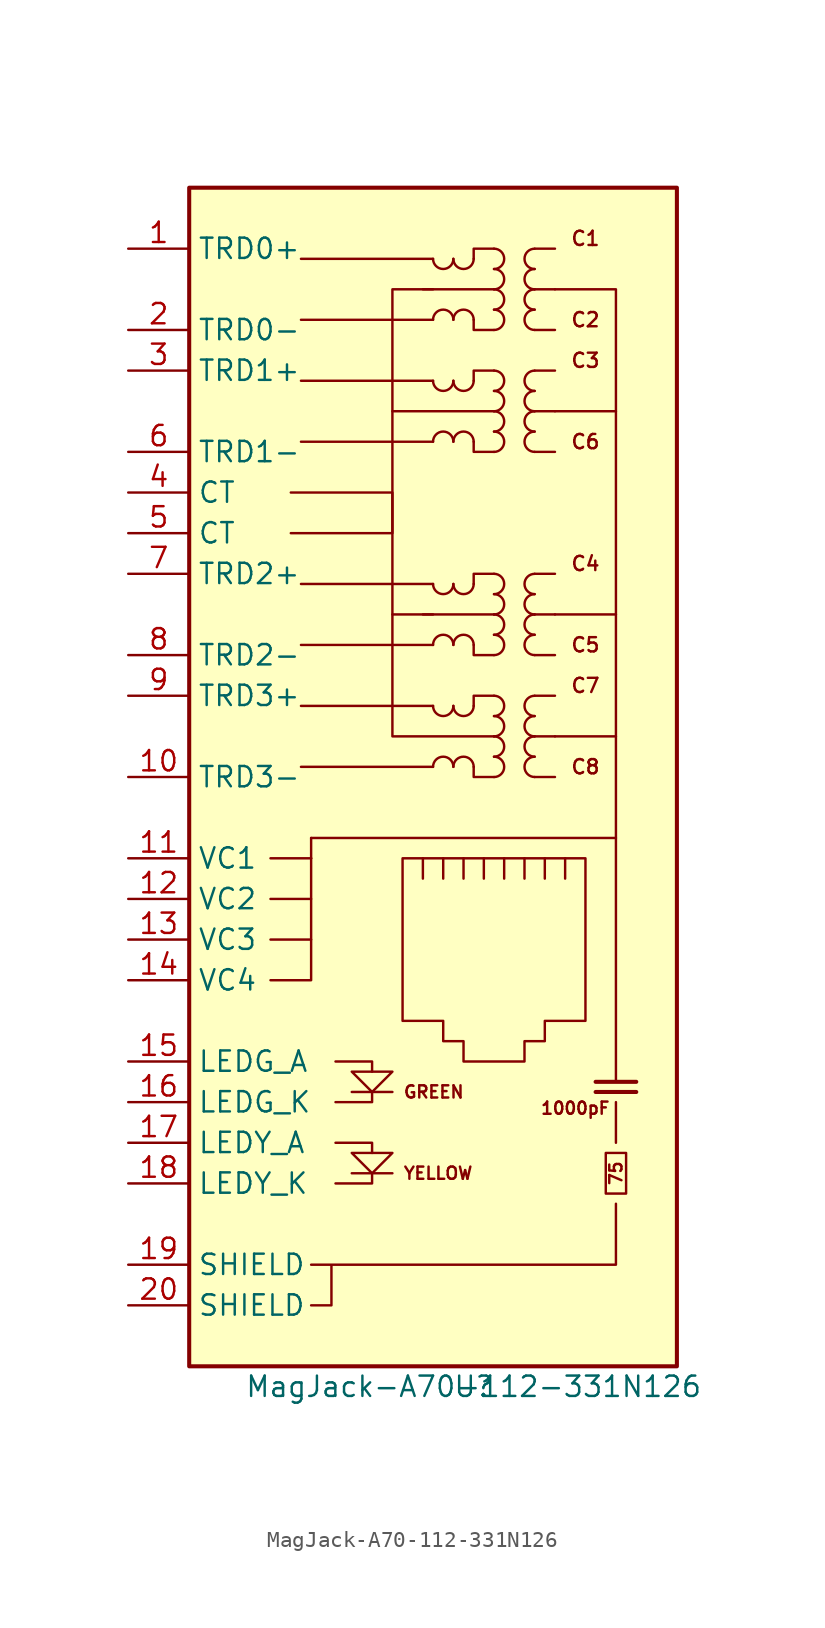
<source format=kicad_sym>
(kicad_symbol_lib
  (version 20201005)
  (generator kicad_symbol_editor)
  (symbol "RPi_CM4IO:MagJack-A70-112-331N126"
    (property "Reference" "U"
      (at 0 0 0)
      (effects (font (size 1.27 1.27))))
    (property "Value" "MagJack-A70-112-331N126"
      (at 0 0 0)
      (effects (font (size 1.27 1.27))))
    (symbol "MagJack-A70-112-331N126_0_1"
      (polyline (pts (xy 1.27 40.64) (xy -5.08 40.64) (xy -5.08 48.26) (xy -2.54 48.26) (xy -5.08 48.26)) (stroke (width 0)) (fill (type none)))
      (polyline (pts (xy 1.27 60.96) (xy -5.08 60.96) (xy -5.08 68.58) (xy -2.54 68.58) (xy -5.08 68.58)) (stroke (width 0)) (fill (type none))))
    (symbol "MagJack-A70-112-331N126_1_1"
      (arc (start -1.27 38.735) (end -2.54 38.735) (radius (at -1.905 38.735) (length 0.635) (angles 0.1 179.9)) (stroke (width 0)) (fill (type none)))
      (arc (start -2.54 42.545) (end -1.27 42.545) (radius (at -1.905 42.545) (length 0.635) (angles -179.9 -0.1)) (stroke (width 0)) (fill (type none)))
      (arc (start -1.27 46.355) (end -2.54 46.355) (radius (at -1.905 46.355) (length 0.635) (angles 0.1 179.9)) (stroke (width 0)) (fill (type none)))
      (arc (start -2.54 50.165) (end -1.27 50.165) (radius (at -1.905 50.165) (length 0.635) (angles -179.9 -0.1)) (stroke (width 0)) (fill (type none)))
      (arc (start -1.27 59.055) (end -2.54 59.055) (radius (at -1.905 59.055) (length 0.635) (angles 0.1 179.9)) (stroke (width 0)) (fill (type none)))
      (arc (start -2.54 62.865) (end -1.27 62.865) (radius (at -1.905 62.865) (length 0.635) (angles -179.9 -0.1)) (stroke (width 0)) (fill (type none)))
      (arc (start -1.27 66.675) (end -2.54 66.675) (radius (at -1.905 66.675) (length 0.635) (angles 0.1 179.9)) (stroke (width 0)) (fill (type none)))
      (arc (start -2.54 70.485) (end -1.27 70.485) (radius (at -1.905 70.485) (length 0.635) (angles -179.9 -0.1)) (stroke (width 0)) (fill (type none)))
      (arc (start 0 38.735) (end -1.27 38.735) (radius (at -0.635 38.735) (length 0.635) (angles 0.1 179.9)) (stroke (width 0)) (fill (type none)))
      (arc (start -1.27 42.545) (end 0 42.545) (radius (at -0.635 42.545) (length 0.635) (angles -179.9 -0.1)) (stroke (width 0)) (fill (type none)))
      (arc (start 0 46.355) (end -1.27 46.355) (radius (at -0.635 46.355) (length 0.635) (angles 0.1 179.9)) (stroke (width 0)) (fill (type none)))
      (arc (start -1.27 50.165) (end 0 50.165) (radius (at -0.635 50.165) (length 0.635) (angles -179.9 -0.1)) (stroke (width 0)) (fill (type none)))
      (arc (start 0 59.055) (end -1.27 59.055) (radius (at -0.635 59.055) (length 0.635) (angles 0.1 179.9)) (stroke (width 0)) (fill (type none)))
      (arc (start -1.27 62.865) (end 0 62.865) (radius (at -0.635 62.865) (length 0.635) (angles -179.9 -0.1)) (stroke (width 0)) (fill (type none)))
      (arc (start 0 66.675) (end -1.27 66.675) (radius (at -0.635 66.675) (length 0.635) (angles 0.1 179.9)) (stroke (width 0)) (fill (type none)))
      (arc (start -1.27 70.485) (end 0 70.485) (radius (at -0.635 70.485) (length 0.635) (angles -179.9 -0.1)) (stroke (width 0)) (fill (type none)))
      (arc (start 1.27 38.1) (end 1.27 39.37) (radius (at 1.27 38.735) (length 0.635) (angles -89.9 89.9)) (stroke (width 0)) (fill (type none)))
      (arc (start 1.27 39.37) (end 1.27 40.64) (radius (at 1.27 40.005) (length 0.635) (angles -89.9 89.9)) (stroke (width 0)) (fill (type none)))
      (arc (start 1.27 40.64) (end 1.27 41.91) (radius (at 1.27 41.275) (length 0.635) (angles -89.9 89.9)) (stroke (width 0)) (fill (type none)))
      (arc (start 1.27 41.91) (end 1.27 43.18) (radius (at 1.27 42.545) (length 0.635) (angles -89.9 89.9)) (stroke (width 0)) (fill (type none)))
      (arc (start 1.27 45.72) (end 1.27 46.99) (radius (at 1.27 46.355) (length 0.635) (angles -89.9 89.9)) (stroke (width 0)) (fill (type none)))
      (arc (start 1.27 46.99) (end 1.27 48.26) (radius (at 1.27 47.625) (length 0.635) (angles -89.9 89.9)) (stroke (width 0)) (fill (type none)))
      (arc (start 1.27 48.26) (end 1.27 49.53) (radius (at 1.27 48.895) (length 0.635) (angles -89.9 89.9)) (stroke (width 0)) (fill (type none)))
      (arc (start 1.27 49.53) (end 1.27 50.8) (radius (at 1.27 50.165) (length 0.635) (angles -89.9 89.9)) (stroke (width 0)) (fill (type none)))
      (arc (start 1.27 58.42) (end 1.27 59.69) (radius (at 1.27 59.055) (length 0.635) (angles -89.9 89.9)) (stroke (width 0)) (fill (type none)))
      (arc (start 1.27 59.69) (end 1.27 60.96) (radius (at 1.27 60.325) (length 0.635) (angles -89.9 89.9)) (stroke (width 0)) (fill (type none)))
      (arc (start 1.27 60.96) (end 1.27 62.23) (radius (at 1.27 61.595) (length 0.635) (angles -89.9 89.9)) (stroke (width 0)) (fill (type none)))
      (arc (start 1.27 62.23) (end 1.27 63.5) (radius (at 1.27 62.865) (length 0.635) (angles -89.9 89.9)) (stroke (width 0)) (fill (type none)))
      (arc (start 1.27 66.04) (end 1.27 67.31) (radius (at 1.27 66.675) (length 0.635) (angles -89.9 89.9)) (stroke (width 0)) (fill (type none)))
      (arc (start 1.27 67.31) (end 1.27 68.58) (radius (at 1.27 67.945) (length 0.635) (angles -89.9 89.9)) (stroke (width 0)) (fill (type none)))
      (arc (start 1.27 68.58) (end 1.27 69.85) (radius (at 1.27 69.215) (length 0.635) (angles -89.9 89.9)) (stroke (width 0)) (fill (type none)))
      (arc (start 1.27 69.85) (end 1.27 71.12) (radius (at 1.27 70.485) (length 0.635) (angles -89.9 89.9)) (stroke (width 0)) (fill (type none)))
      (arc (start 3.81 39.37) (end 3.81 38.1) (radius (at 3.81 38.735) (length 0.635) (angles 90.1 -90.1)) (stroke (width 0)) (fill (type none)))
      (arc (start 3.81 40.64) (end 3.81 39.37) (radius (at 3.81 40.005) (length 0.635) (angles 90.1 -90.1)) (stroke (width 0)) (fill (type none)))
      (arc (start 3.81 41.91) (end 3.81 40.64) (radius (at 3.81 41.275) (length 0.635) (angles 90.1 -90.1)) (stroke (width 0)) (fill (type none)))
      (arc (start 3.81 43.18) (end 3.81 41.91) (radius (at 3.81 42.545) (length 0.635) (angles 90.1 -90.1)) (stroke (width 0)) (fill (type none)))
      (arc (start 3.81 46.99) (end 3.81 45.72) (radius (at 3.81 46.355) (length 0.635) (angles 90.1 -90.1)) (stroke (width 0)) (fill (type none)))
      (arc (start 3.81 48.26) (end 3.81 46.99) (radius (at 3.81 47.625) (length 0.635) (angles 90.1 -90.1)) (stroke (width 0)) (fill (type none)))
      (arc (start 3.81 49.53) (end 3.81 48.26) (radius (at 3.81 48.895) (length 0.635) (angles 90.1 -90.1)) (stroke (width 0)) (fill (type none)))
      (arc (start 3.81 50.8) (end 3.81 49.53) (radius (at 3.81 50.165) (length 0.635) (angles 90.1 -90.1)) (stroke (width 0)) (fill (type none)))
      (arc (start 3.81 59.69) (end 3.81 58.42) (radius (at 3.81 59.055) (length 0.635) (angles 90.1 -90.1)) (stroke (width 0)) (fill (type none)))
      (arc (start 3.81 60.96) (end 3.81 59.69) (radius (at 3.81 60.325) (length 0.635) (angles 90.1 -90.1)) (stroke (width 0)) (fill (type none)))
      (arc (start 3.81 62.23) (end 3.81 60.96) (radius (at 3.81 61.595) (length 0.635) (angles 90.1 -90.1)) (stroke (width 0)) (fill (type none)))
      (arc (start 3.81 63.5) (end 3.81 62.23) (radius (at 3.81 62.865) (length 0.635) (angles 90.1 -90.1)) (stroke (width 0)) (fill (type none)))
      (arc (start 3.81 67.31) (end 3.81 66.04) (radius (at 3.81 66.675) (length 0.635) (angles 90.1 -90.1)) (stroke (width 0)) (fill (type none)))
      (arc (start 3.81 68.58) (end 3.81 67.31) (radius (at 3.81 67.945) (length 0.635) (angles 90.1 -90.1)) (stroke (width 0)) (fill (type none)))
      (arc (start 3.81 69.85) (end 3.81 68.58) (radius (at 3.81 69.215) (length 0.635) (angles 90.1 -90.1)) (stroke (width 0)) (fill (type none)))
      (arc (start 3.81 71.12) (end 3.81 69.85) (radius (at 3.81 70.485) (length 0.635) (angles 90.1 -90.1)) (stroke (width 0)) (fill (type none)))
      (text "1000pF" (at 6.35 17.399 0) (effects (font (size 0.762 0.762))))
      (text "75" (at 8.89 13.335 900) (effects (font (size 0.762 0.762))))
      (text "C1" (at 6.985 71.755 0) (effects (font (size 0.889 0.889))))
      (text "C2" (at 6.985 66.675 0) (effects (font (size 0.889 0.889))))
      (text "C3" (at 6.985 64.135 0) (effects (font (size 0.889 0.889))))
      (text "C4" (at 6.985 51.435 0) (effects (font (size 0.889 0.889))))
      (text "C5" (at 6.985 46.355 0) (effects (font (size 0.889 0.889))))
      (text "C6" (at 6.985 59.055 0) (effects (font (size 0.889 0.889))))
      (text "C7" (at 6.985 43.815 0) (effects (font (size 0.889 0.889))))
      (text "C8" (at 6.985 38.735 0) (effects (font (size 0.889 0.889))))
      (text "GREEN" (at -4.445 18.415 0) (effects (font (size 0.762 0.762)) (justify left)))
      (text "YELLOW" (at -4.445 13.335 0) (effects (font (size 0.762 0.762)) (justify left)))
      (rectangle (start 9.525 12.065) (end 8.255 14.605) (stroke (width 0)) (fill (type none)))
      (rectangle (start -17.78 1.27) (end 12.7 74.93) (stroke (width 0.254)) (fill (type background)))
      (polyline (pts (xy -12.7 27.94) (xy -10.16 27.94)) (stroke (width 0)) (fill (type none)))
      (polyline (pts (xy -12.7 30.48) (xy -10.16 30.48)) (stroke (width 0)) (fill (type none)))
      (polyline (pts (xy -12.7 33.02) (xy -10.16 33.02)) (stroke (width 0)) (fill (type none)))
      (polyline (pts (xy -10.16 33.02) (xy -10.16 34.29)) (stroke (width 0)) (fill (type none)))
      (polyline (pts (xy -5.08 13.335) (xy -7.62 13.335)) (stroke (width 0)) (fill (type none)))
      (polyline (pts (xy -5.08 18.415) (xy -7.62 18.415)) (stroke (width 0)) (fill (type none)))
      (polyline (pts (xy -5.08 48.26) (xy -5.08 60.96)) (stroke (width 0)) (fill (type none)))
      (polyline (pts (xy -3.175 31.75) (xy -3.175 33.02)) (stroke (width 0)) (fill (type none)))
      (polyline (pts (xy -3.175 48.26) (xy 1.27 48.26)) (stroke (width 0)) (fill (type none)))
      (polyline (pts (xy -3.175 68.58) (xy 1.27 68.58)) (stroke (width 0)) (fill (type none)))
      (polyline (pts (xy -2.54 38.735) (xy -10.795 38.735)) (stroke (width 0)) (fill (type none)))
      (polyline (pts (xy -2.54 42.545) (xy -10.795 42.545)) (stroke (width 0)) (fill (type none)))
      (polyline (pts (xy -2.54 46.355) (xy -10.795 46.355)) (stroke (width 0)) (fill (type none)))
      (polyline (pts (xy -2.54 50.165) (xy -10.795 50.165)) (stroke (width 0)) (fill (type none)))
      (polyline (pts (xy -2.54 59.055) (xy -10.795 59.055)) (stroke (width 0)) (fill (type none)))
      (polyline (pts (xy -2.54 62.865) (xy -10.795 62.865)) (stroke (width 0)) (fill (type none)))
      (polyline (pts (xy -2.54 66.675) (xy -10.795 66.675)) (stroke (width 0)) (fill (type none)))
      (polyline (pts (xy -2.54 70.485) (xy -10.795 70.485)) (stroke (width 0)) (fill (type none)))
      (polyline (pts (xy -1.905 33.02) (xy -1.905 31.75)) (stroke (width 0)) (fill (type none)))
      (polyline (pts (xy -0.635 33.02) (xy -0.635 31.75)) (stroke (width 0)) (fill (type none)))
      (polyline (pts (xy 0.635 33.02) (xy 0.635 31.75)) (stroke (width 0)) (fill (type none)))
      (polyline (pts (xy 1.905 33.02) (xy 1.905 31.75)) (stroke (width 0)) (fill (type none)))
      (polyline (pts (xy 3.175 33.02) (xy 3.175 31.75)) (stroke (width 0)) (fill (type none)))
      (polyline (pts (xy 3.81 38.1) (xy 5.08 38.1)) (stroke (width 0)) (fill (type none)))
      (polyline (pts (xy 3.81 40.64) (xy 5.08 40.64)) (stroke (width 0)) (fill (type none)))
      (polyline (pts (xy 3.81 43.18) (xy 5.08 43.18)) (stroke (width 0)) (fill (type none)))
      (polyline (pts (xy 3.81 45.72) (xy 5.08 45.72)) (stroke (width 0)) (fill (type none)))
      (polyline (pts (xy 3.81 48.26) (xy 5.08 48.26)) (stroke (width 0)) (fill (type none)))
      (polyline (pts (xy 3.81 50.8) (xy 5.08 50.8)) (stroke (width 0)) (fill (type none)))
      (polyline (pts (xy 3.81 58.42) (xy 5.08 58.42)) (stroke (width 0)) (fill (type none)))
      (polyline (pts (xy 3.81 60.96) (xy 5.08 60.96)) (stroke (width 0)) (fill (type none)))
      (polyline (pts (xy 3.81 63.5) (xy 5.08 63.5)) (stroke (width 0)) (fill (type none)))
      (polyline (pts (xy 3.81 66.04) (xy 5.08 66.04)) (stroke (width 0)) (fill (type none)))
      (polyline (pts (xy 3.81 68.58) (xy 5.08 68.58)) (stroke (width 0)) (fill (type none)))
      (polyline (pts (xy 3.81 71.12) (xy 5.08 71.12)) (stroke (width 0)) (fill (type none)))
      (polyline (pts (xy 4.445 31.75) (xy 4.445 33.02)) (stroke (width 0)) (fill (type none)))
      (polyline (pts (xy 5.08 40.64) (xy 8.89 40.64)) (stroke (width 0)) (fill (type none)))
      (polyline (pts (xy 5.08 48.26) (xy 8.89 48.26)) (stroke (width 0)) (fill (type none)))
      (polyline (pts (xy 5.08 60.96) (xy 8.89 60.96)) (stroke (width 0)) (fill (type none)))
      (polyline (pts (xy 5.715 31.75) (xy 5.715 33.02)) (stroke (width 0)) (fill (type none)))
      (polyline (pts (xy 7.62 18.415) (xy 10.16 18.415)) (stroke (width 0.254)) (fill (type none)))
      (polyline (pts (xy 7.62 19.05) (xy 10.16 19.05)) (stroke (width 0.254)) (fill (type none)))
      (polyline (pts (xy 8.89 15.24) (xy 8.89 17.78)) (stroke (width 0)) (fill (type none)))
      (polyline (pts (xy 8.89 19.05) (xy 8.89 34.29)) (stroke (width 0)) (fill (type none)))
      (polyline (pts (xy -10.16 33.02) (xy -10.16 25.4) (xy -12.7 25.4)) (stroke (width 0)) (fill (type none)))
      (polyline (pts (xy -8.636 12.7) (xy -6.35 12.7) (xy -6.35 13.335)) (stroke (width 0)) (fill (type none)))
      (polyline (pts (xy -8.636 15.24) (xy -6.35 15.24) (xy -6.35 14.605)) (stroke (width 0)) (fill (type none)))
      (polyline (pts (xy -8.636 20.32) (xy -6.35 20.32) (xy -6.35 19.685)) (stroke (width 0)) (fill (type none)))
      (polyline (pts (xy -6.35 18.415) (xy -6.35 17.78) (xy -8.636 17.78)) (stroke (width 0)) (fill (type none)))
      (polyline (pts (xy 0 38.735) (xy 0 38.1) (xy 1.27 38.1)) (stroke (width 0)) (fill (type none)))
      (polyline (pts (xy 0 46.355) (xy 0 45.72) (xy 1.27 45.72)) (stroke (width 0)) (fill (type none)))
      (polyline (pts (xy 0 59.055) (xy 0 58.42) (xy 1.27 58.42)) (stroke (width 0)) (fill (type none)))
      (polyline (pts (xy 0 66.675) (xy 0 66.04) (xy 1.27 66.04)) (stroke (width 0)) (fill (type none)))
      (polyline (pts (xy 1.27 43.18) (xy 0 43.18) (xy 0 42.545)) (stroke (width 0)) (fill (type none)))
      (polyline (pts (xy 1.27 50.8) (xy 0 50.8) (xy 0 50.165)) (stroke (width 0)) (fill (type none)))
      (polyline (pts (xy 1.27 63.5) (xy 0 63.5) (xy 0 62.865)) (stroke (width 0)) (fill (type none)))
      (polyline (pts (xy 1.27 71.12) (xy 0 71.12) (xy 0 70.485)) (stroke (width 0)) (fill (type none)))
      (polyline (pts (xy -11.43 53.34) (xy -5.08 53.34) (xy -5.08 55.88) (xy -11.43 55.88)) (stroke (width 0)) (fill (type none)))
      (polyline (pts (xy -10.16 34.29) (xy 8.89 34.29) (xy 8.89 68.58) (xy 5.08 68.58)) (stroke (width 0)) (fill (type none)))
      (polyline (pts (xy -7.62 19.685) (xy -5.08 19.685) (xy -6.35 18.415) (xy -7.62 19.685)) (stroke (width 0)) (fill (type none)))
      (polyline (pts (xy -5.08 14.605) (xy -7.62 14.605) (xy -6.35 13.335) (xy -5.08 14.605)) (stroke (width 0)) (fill (type none)))
      (polyline (pts (xy -10.16 5.08) (xy -8.89 5.08) (xy -8.89 7.62) (xy -10.16 7.62) (xy -8.89 7.62) (xy 8.89 7.62) (xy 8.89 11.43)) (stroke (width 0)) (fill (type none)))
      (polyline (pts (xy -4.445 33.02) (xy 6.985 33.02) (xy 6.985 22.86) (xy 4.445 22.86) (xy 4.445 21.59) (xy 3.175 21.59) (xy 3.175 20.32) (xy -0.635 20.32) (xy -0.635 21.59) (xy -1.905 21.59) (xy -1.905 22.86) (xy -4.445 22.86) (xy -4.445 33.02)) (stroke (width 0)) (fill (type none)))
      (pin passive line (at -21.59 71.12 0) (length 3.81) (name "TRD0+" (effects (font (size 1.27 1.27)))) (number "1" (effects (font (size 1.27 1.27)))))
      (pin passive line (at -21.59 38.1 0) (length 3.81) (name "TRD3-" (effects (font (size 1.27 1.27)))) (number "10" (effects (font (size 1.27 1.27)))))
      (pin passive line (at -21.59 33.02 0) (length 3.81) (name "VC1" (effects (font (size 1.27 1.27)))) (number "11" (effects (font (size 1.27 1.27)))))
      (pin passive line (at -21.59 30.48 0) (length 3.81) (name "VC2" (effects (font (size 1.27 1.27)))) (number "12" (effects (font (size 1.27 1.27)))))
      (pin passive line (at -21.59 27.94 0) (length 3.81) (name "VC3" (effects (font (size 1.27 1.27)))) (number "13" (effects (font (size 1.27 1.27)))))
      (pin passive line (at -21.59 25.4 0) (length 3.81) (name "VC4" (effects (font (size 1.27 1.27)))) (number "14" (effects (font (size 1.27 1.27)))))
      (pin passive line (at -21.59 20.32 0) (length 3.81) (name "LEDG_A" (effects (font (size 1.27 1.27)))) (number "15" (effects (font (size 1.27 1.27)))))
      (pin passive line (at -21.59 17.78 0) (length 3.81) (name "LEDG_K" (effects (font (size 1.27 1.27)))) (number "16" (effects (font (size 1.27 1.27)))))
      (pin passive line (at -21.59 15.24 0) (length 3.81) (name "LEDY_A" (effects (font (size 1.27 1.27)))) (number "17" (effects (font (size 1.27 1.27)))))
      (pin passive line (at -21.59 12.7 0) (length 3.81) (name "LEDY_K" (effects (font (size 1.27 1.27)))) (number "18" (effects (font (size 1.27 1.27)))))
      (pin passive line (at -21.59 7.62 0) (length 3.81) (name "SHIELD" (effects (font (size 1.27 1.27)))) (number "19" (effects (font (size 1.27 1.27)))))
      (pin passive line (at -21.59 66.04 0) (length 3.81) (name "TRD0-" (effects (font (size 1.27 1.27)))) (number "2" (effects (font (size 1.27 1.27)))))
      (pin passive line (at -21.59 5.08 0) (length 3.81) (name "SHIELD" (effects (font (size 1.27 1.27)))) (number "20" (effects (font (size 1.27 1.27)))))
      (pin passive line (at -21.59 63.5 0) (length 3.81) (name "TRD1+" (effects (font (size 1.27 1.27)))) (number "3" (effects (font (size 1.27 1.27)))))
      (pin passive line (at -21.59 55.88 0) (length 3.81) (name "CT" (effects (font (size 1.27 1.27)))) (number "4" (effects (font (size 1.27 1.27)))))
      (pin passive line (at -21.59 53.34 0) (length 3.81) (name "CT" (effects (font (size 1.27 1.27)))) (number "5" (effects (font (size 1.27 1.27)))))
      (pin passive line (at -21.59 58.42 0) (length 3.81) (name "TRD1-" (effects (font (size 1.27 1.27)))) (number "6" (effects (font (size 1.27 1.27)))))
      (pin passive line (at -21.59 50.8 0) (length 3.81) (name "TRD2+" (effects (font (size 1.27 1.27)))) (number "7" (effects (font (size 1.27 1.27)))))
      (pin passive line (at -21.59 45.72 0) (length 3.81) (name "TRD2-" (effects (font (size 1.27 1.27)))) (number "8" (effects (font (size 1.27 1.27)))))
      (pin passive line (at -21.59 43.18 0) (length 3.81) (name "TRD3+" (effects (font (size 1.27 1.27)))) (number "9" (effects (font (size 1.27 1.27))))))))
</source>
